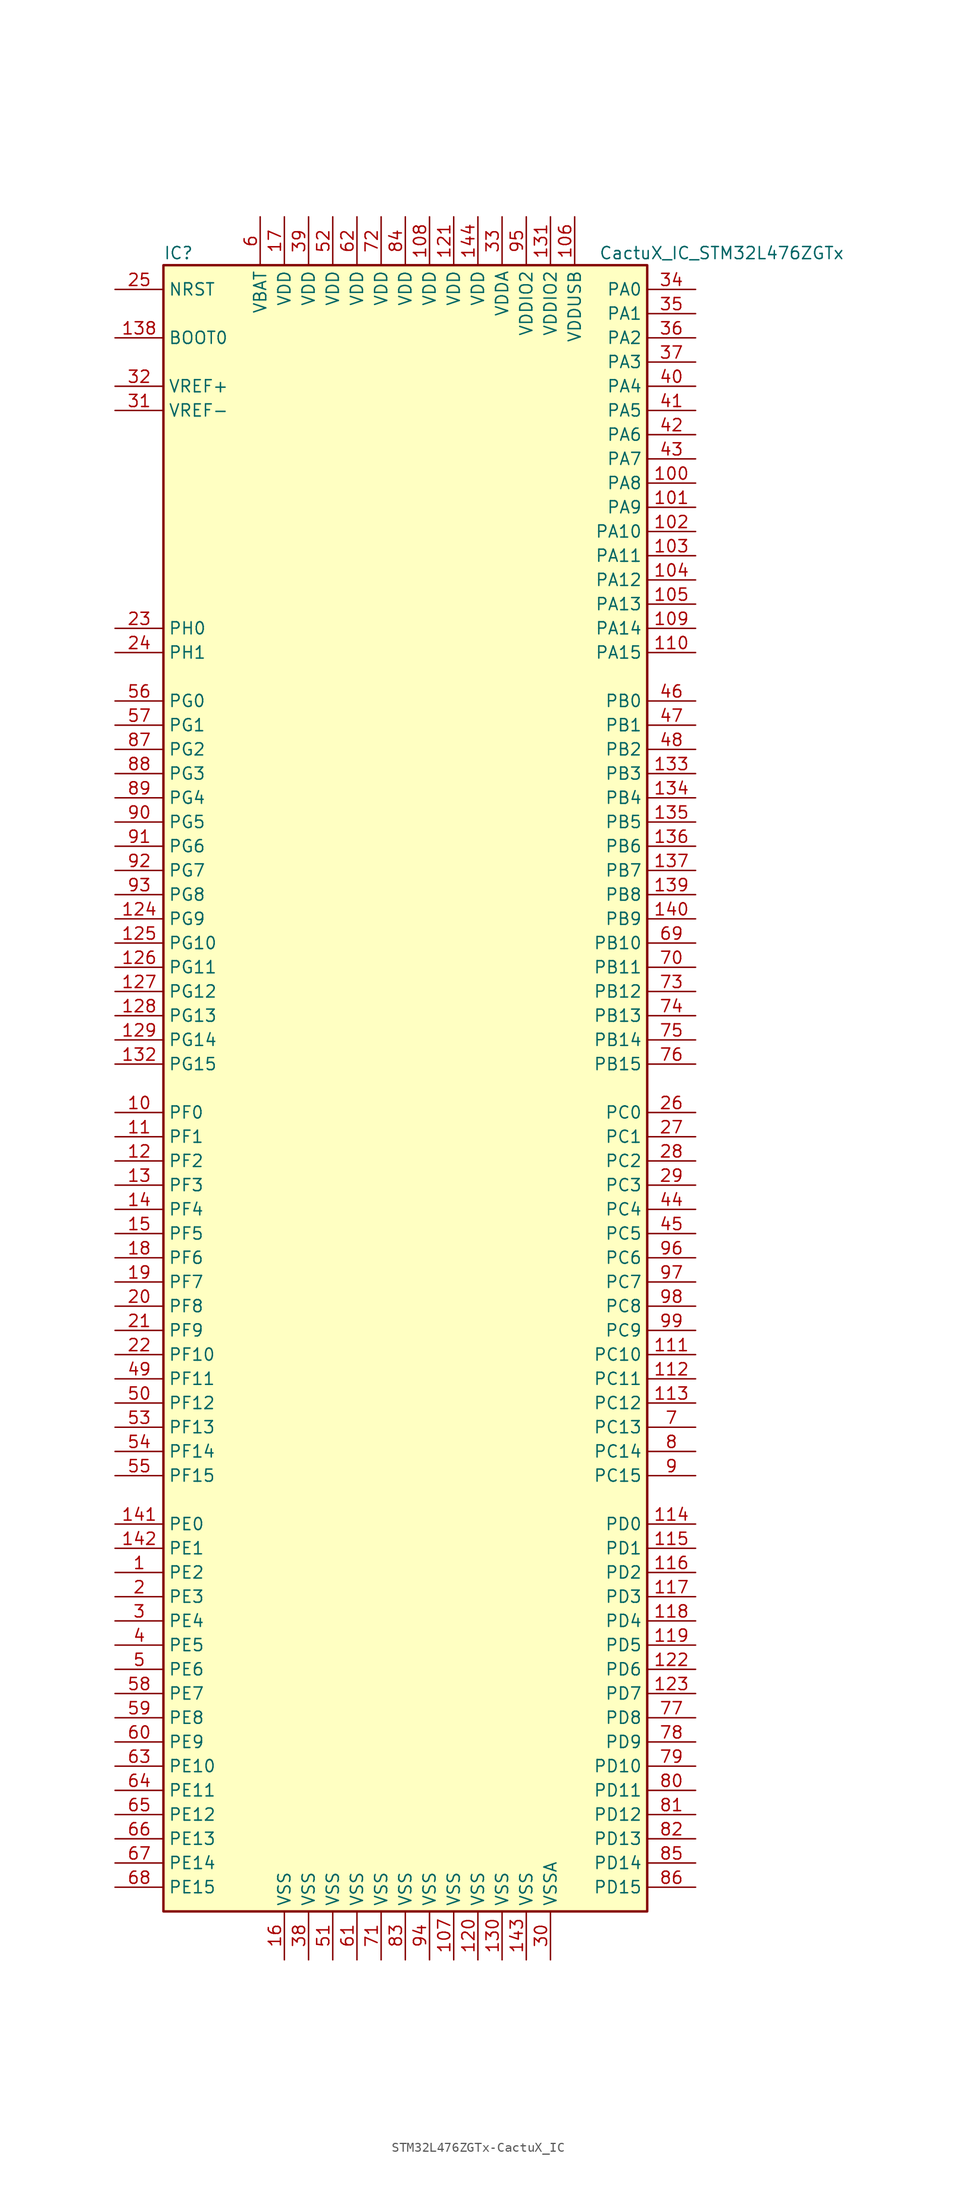
<source format=kicad_sym>
(kicad_symbol_lib
  (version 20220914)
  (generator kicad_symbol_editor)
  (symbol "STM32L476ZGTx-CactuX_IC"
    (property "Reference" "IC"
      (at -25.4 87.63 0)
      (effects (font (size 1.27 1.27)) (justify left)))
    (property "Value" "CactuX_IC_STM32L476ZGTx"
      (at 20.32 87.63 0)
      (effects (font (size 1.27 1.27)) (justify left)))
    (symbol "STM32L476ZGTx-CactuX_IC_0_1"
      (rectangle (start -25.4 -86.36) (end 25.4 86.36) (stroke (width 0.254) (type solid)) (fill (type background))))
    (symbol "STM32L476ZGTx-CactuX_IC_1_1"
      (pin bidirectional line (at -30.48 -50.8 0) (length 5.08) (name "PE2" (effects (font (size 1.27 1.27)))) (number "1" (effects (font (size 1.27 1.27)))))
      (pin bidirectional line (at -30.48 -2.54 0) (length 5.08) (name "PF0" (effects (font (size 1.27 1.27)))) (number "10" (effects (font (size 1.27 1.27)))))
      (pin bidirectional line (at 30.48 63.5 180) (length 5.08) (name "PA8" (effects (font (size 1.27 1.27)))) (number "100" (effects (font (size 1.27 1.27)))))
      (pin bidirectional line (at 30.48 60.96 180) (length 5.08) (name "PA9" (effects (font (size 1.27 1.27)))) (number "101" (effects (font (size 1.27 1.27)))))
      (pin bidirectional line (at 30.48 58.42 180) (length 5.08) (name "PA10" (effects (font (size 1.27 1.27)))) (number "102" (effects (font (size 1.27 1.27)))))
      (pin bidirectional line (at 30.48 55.88 180) (length 5.08) (name "PA11" (effects (font (size 1.27 1.27)))) (number "103" (effects (font (size 1.27 1.27)))))
      (pin bidirectional line (at 30.48 53.34 180) (length 5.08) (name "PA12" (effects (font (size 1.27 1.27)))) (number "104" (effects (font (size 1.27 1.27)))))
      (pin bidirectional line (at 30.48 50.8 180) (length 5.08) (name "PA13" (effects (font (size 1.27 1.27)))) (number "105" (effects (font (size 1.27 1.27)))))
      (pin power_in line (at 17.78 91.44 270) (length 5.08) (name "VDDUSB" (effects (font (size 1.27 1.27)))) (number "106" (effects (font (size 1.27 1.27)))))
      (pin power_in line (at 5.08 -91.44 90) (length 5.08) (name "VSS" (effects (font (size 1.27 1.27)))) (number "107" (effects (font (size 1.27 1.27)))))
      (pin power_in line (at 2.54 91.44 270) (length 5.08) (name "VDD" (effects (font (size 1.27 1.27)))) (number "108" (effects (font (size 1.27 1.27)))))
      (pin bidirectional line (at 30.48 48.26 180) (length 5.08) (name "PA14" (effects (font (size 1.27 1.27)))) (number "109" (effects (font (size 1.27 1.27)))))
      (pin bidirectional line (at -30.48 -5.08 0) (length 5.08) (name "PF1" (effects (font (size 1.27 1.27)))) (number "11" (effects (font (size 1.27 1.27)))))
      (pin bidirectional line (at 30.48 45.72 180) (length 5.08) (name "PA15" (effects (font (size 1.27 1.27)))) (number "110" (effects (font (size 1.27 1.27)))))
      (pin bidirectional line (at 30.48 -27.94 180) (length 5.08) (name "PC10" (effects (font (size 1.27 1.27)))) (number "111" (effects (font (size 1.27 1.27)))))
      (pin bidirectional line (at 30.48 -30.48 180) (length 5.08) (name "PC11" (effects (font (size 1.27 1.27)))) (number "112" (effects (font (size 1.27 1.27)))))
      (pin bidirectional line (at 30.48 -33.02 180) (length 5.08) (name "PC12" (effects (font (size 1.27 1.27)))) (number "113" (effects (font (size 1.27 1.27)))))
      (pin bidirectional line (at 30.48 -45.72 180) (length 5.08) (name "PD0" (effects (font (size 1.27 1.27)))) (number "114" (effects (font (size 1.27 1.27)))))
      (pin bidirectional line (at 30.48 -48.26 180) (length 5.08) (name "PD1" (effects (font (size 1.27 1.27)))) (number "115" (effects (font (size 1.27 1.27)))))
      (pin bidirectional line (at 30.48 -50.8 180) (length 5.08) (name "PD2" (effects (font (size 1.27 1.27)))) (number "116" (effects (font (size 1.27 1.27)))))
      (pin bidirectional line (at 30.48 -53.34 180) (length 5.08) (name "PD3" (effects (font (size 1.27 1.27)))) (number "117" (effects (font (size 1.27 1.27)))))
      (pin bidirectional line (at 30.48 -55.88 180) (length 5.08) (name "PD4" (effects (font (size 1.27 1.27)))) (number "118" (effects (font (size 1.27 1.27)))))
      (pin bidirectional line (at 30.48 -58.42 180) (length 5.08) (name "PD5" (effects (font (size 1.27 1.27)))) (number "119" (effects (font (size 1.27 1.27)))))
      (pin bidirectional line (at -30.48 -7.62 0) (length 5.08) (name "PF2" (effects (font (size 1.27 1.27)))) (number "12" (effects (font (size 1.27 1.27)))))
      (pin power_in line (at 7.62 -91.44 90) (length 5.08) (name "VSS" (effects (font (size 1.27 1.27)))) (number "120" (effects (font (size 1.27 1.27)))))
      (pin power_in line (at 5.08 91.44 270) (length 5.08) (name "VDD" (effects (font (size 1.27 1.27)))) (number "121" (effects (font (size 1.27 1.27)))))
      (pin bidirectional line (at 30.48 -60.96 180) (length 5.08) (name "PD6" (effects (font (size 1.27 1.27)))) (number "122" (effects (font (size 1.27 1.27)))))
      (pin bidirectional line (at 30.48 -63.5 180) (length 5.08) (name "PD7" (effects (font (size 1.27 1.27)))) (number "123" (effects (font (size 1.27 1.27)))))
      (pin bidirectional line (at -30.48 17.78 0) (length 5.08) (name "PG9" (effects (font (size 1.27 1.27)))) (number "124" (effects (font (size 1.27 1.27)))))
      (pin bidirectional line (at -30.48 15.24 0) (length 5.08) (name "PG10" (effects (font (size 1.27 1.27)))) (number "125" (effects (font (size 1.27 1.27)))))
      (pin bidirectional line (at -30.48 12.7 0) (length 5.08) (name "PG11" (effects (font (size 1.27 1.27)))) (number "126" (effects (font (size 1.27 1.27)))))
      (pin bidirectional line (at -30.48 10.16 0) (length 5.08) (name "PG12" (effects (font (size 1.27 1.27)))) (number "127" (effects (font (size 1.27 1.27)))))
      (pin bidirectional line (at -30.48 7.62 0) (length 5.08) (name "PG13" (effects (font (size 1.27 1.27)))) (number "128" (effects (font (size 1.27 1.27)))))
      (pin bidirectional line (at -30.48 5.08 0) (length 5.08) (name "PG14" (effects (font (size 1.27 1.27)))) (number "129" (effects (font (size 1.27 1.27)))))
      (pin bidirectional line (at -30.48 -10.16 0) (length 5.08) (name "PF3" (effects (font (size 1.27 1.27)))) (number "13" (effects (font (size 1.27 1.27)))))
      (pin power_in line (at 10.16 -91.44 90) (length 5.08) (name "VSS" (effects (font (size 1.27 1.27)))) (number "130" (effects (font (size 1.27 1.27)))))
      (pin power_in line (at 15.24 91.44 270) (length 5.08) (name "VDDIO2" (effects (font (size 1.27 1.27)))) (number "131" (effects (font (size 1.27 1.27)))))
      (pin bidirectional line (at -30.48 2.54 0) (length 5.08) (name "PG15" (effects (font (size 1.27 1.27)))) (number "132" (effects (font (size 1.27 1.27)))))
      (pin bidirectional line (at 30.48 33.02 180) (length 5.08) (name "PB3" (effects (font (size 1.27 1.27)))) (number "133" (effects (font (size 1.27 1.27)))))
      (pin bidirectional line (at 30.48 30.48 180) (length 5.08) (name "PB4" (effects (font (size 1.27 1.27)))) (number "134" (effects (font (size 1.27 1.27)))))
      (pin bidirectional line (at 30.48 27.94 180) (length 5.08) (name "PB5" (effects (font (size 1.27 1.27)))) (number "135" (effects (font (size 1.27 1.27)))))
      (pin bidirectional line (at 30.48 25.4 180) (length 5.08) (name "PB6" (effects (font (size 1.27 1.27)))) (number "136" (effects (font (size 1.27 1.27)))))
      (pin bidirectional line (at 30.48 22.86 180) (length 5.08) (name "PB7" (effects (font (size 1.27 1.27)))) (number "137" (effects (font (size 1.27 1.27)))))
      (pin input line (at -30.48 78.74 0) (length 5.08) (name "BOOT0" (effects (font (size 1.27 1.27)))) (number "138" (effects (font (size 1.27 1.27)))))
      (pin bidirectional line (at 30.48 20.32 180) (length 5.08) (name "PB8" (effects (font (size 1.27 1.27)))) (number "139" (effects (font (size 1.27 1.27)))))
      (pin bidirectional line (at -30.48 -12.7 0) (length 5.08) (name "PF4" (effects (font (size 1.27 1.27)))) (number "14" (effects (font (size 1.27 1.27)))))
      (pin bidirectional line (at 30.48 17.78 180) (length 5.08) (name "PB9" (effects (font (size 1.27 1.27)))) (number "140" (effects (font (size 1.27 1.27)))))
      (pin bidirectional line (at -30.48 -45.72 0) (length 5.08) (name "PE0" (effects (font (size 1.27 1.27)))) (number "141" (effects (font (size 1.27 1.27)))))
      (pin bidirectional line (at -30.48 -48.26 0) (length 5.08) (name "PE1" (effects (font (size 1.27 1.27)))) (number "142" (effects (font (size 1.27 1.27)))))
      (pin power_in line (at 12.7 -91.44 90) (length 5.08) (name "VSS" (effects (font (size 1.27 1.27)))) (number "143" (effects (font (size 1.27 1.27)))))
      (pin power_in line (at 7.62 91.44 270) (length 5.08) (name "VDD" (effects (font (size 1.27 1.27)))) (number "144" (effects (font (size 1.27 1.27)))))
      (pin bidirectional line (at -30.48 -15.24 0) (length 5.08) (name "PF5" (effects (font (size 1.27 1.27)))) (number "15" (effects (font (size 1.27 1.27)))))
      (pin power_in line (at -12.7 -91.44 90) (length 5.08) (name "VSS" (effects (font (size 1.27 1.27)))) (number "16" (effects (font (size 1.27 1.27)))))
      (pin power_in line (at -12.7 91.44 270) (length 5.08) (name "VDD" (effects (font (size 1.27 1.27)))) (number "17" (effects (font (size 1.27 1.27)))))
      (pin bidirectional line (at -30.48 -17.78 0) (length 5.08) (name "PF6" (effects (font (size 1.27 1.27)))) (number "18" (effects (font (size 1.27 1.27)))))
      (pin bidirectional line (at -30.48 -20.32 0) (length 5.08) (name "PF7" (effects (font (size 1.27 1.27)))) (number "19" (effects (font (size 1.27 1.27)))))
      (pin bidirectional line (at -30.48 -53.34 0) (length 5.08) (name "PE3" (effects (font (size 1.27 1.27)))) (number "2" (effects (font (size 1.27 1.27)))))
      (pin bidirectional line (at -30.48 -22.86 0) (length 5.08) (name "PF8" (effects (font (size 1.27 1.27)))) (number "20" (effects (font (size 1.27 1.27)))))
      (pin bidirectional line (at -30.48 -25.4 0) (length 5.08) (name "PF9" (effects (font (size 1.27 1.27)))) (number "21" (effects (font (size 1.27 1.27)))))
      (pin bidirectional line (at -30.48 -27.94 0) (length 5.08) (name "PF10" (effects (font (size 1.27 1.27)))) (number "22" (effects (font (size 1.27 1.27)))))
      (pin input line (at -30.48 48.26 0) (length 5.08) (name "PH0" (effects (font (size 1.27 1.27)))) (number "23" (effects (font (size 1.27 1.27)))))
      (pin input line (at -30.48 45.72 0) (length 5.08) (name "PH1" (effects (font (size 1.27 1.27)))) (number "24" (effects (font (size 1.27 1.27)))))
      (pin input line (at -30.48 83.82 0) (length 5.08) (name "NRST" (effects (font (size 1.27 1.27)))) (number "25" (effects (font (size 1.27 1.27)))))
      (pin bidirectional line (at 30.48 -2.54 180) (length 5.08) (name "PC0" (effects (font (size 1.27 1.27)))) (number "26" (effects (font (size 1.27 1.27)))))
      (pin bidirectional line (at 30.48 -5.08 180) (length 5.08) (name "PC1" (effects (font (size 1.27 1.27)))) (number "27" (effects (font (size 1.27 1.27)))))
      (pin bidirectional line (at 30.48 -7.62 180) (length 5.08) (name "PC2" (effects (font (size 1.27 1.27)))) (number "28" (effects (font (size 1.27 1.27)))))
      (pin bidirectional line (at 30.48 -10.16 180) (length 5.08) (name "PC3" (effects (font (size 1.27 1.27)))) (number "29" (effects (font (size 1.27 1.27)))))
      (pin bidirectional line (at -30.48 -55.88 0) (length 5.08) (name "PE4" (effects (font (size 1.27 1.27)))) (number "3" (effects (font (size 1.27 1.27)))))
      (pin power_in line (at 15.24 -91.44 90) (length 5.08) (name "VSSA" (effects (font (size 1.27 1.27)))) (number "30" (effects (font (size 1.27 1.27)))))
      (pin power_in line (at -30.48 71.12 0) (length 5.08) (name "VREF-" (effects (font (size 1.27 1.27)))) (number "31" (effects (font (size 1.27 1.27)))))
      (pin bidirectional line (at -30.48 73.66 0) (length 5.08) (name "VREF+" (effects (font (size 1.27 1.27)))) (number "32" (effects (font (size 1.27 1.27)))))
      (pin power_in line (at 10.16 91.44 270) (length 5.08) (name "VDDA" (effects (font (size 1.27 1.27)))) (number "33" (effects (font (size 1.27 1.27)))))
      (pin bidirectional line (at 30.48 83.82 180) (length 5.08) (name "PA0" (effects (font (size 1.27 1.27)))) (number "34" (effects (font (size 1.27 1.27)))))
      (pin bidirectional line (at 30.48 81.28 180) (length 5.08) (name "PA1" (effects (font (size 1.27 1.27)))) (number "35" (effects (font (size 1.27 1.27)))))
      (pin bidirectional line (at 30.48 78.74 180) (length 5.08) (name "PA2" (effects (font (size 1.27 1.27)))) (number "36" (effects (font (size 1.27 1.27)))))
      (pin bidirectional line (at 30.48 76.2 180) (length 5.08) (name "PA3" (effects (font (size 1.27 1.27)))) (number "37" (effects (font (size 1.27 1.27)))))
      (pin power_in line (at -10.16 -91.44 90) (length 5.08) (name "VSS" (effects (font (size 1.27 1.27)))) (number "38" (effects (font (size 1.27 1.27)))))
      (pin power_in line (at -10.16 91.44 270) (length 5.08) (name "VDD" (effects (font (size 1.27 1.27)))) (number "39" (effects (font (size 1.27 1.27)))))
      (pin bidirectional line (at -30.48 -58.42 0) (length 5.08) (name "PE5" (effects (font (size 1.27 1.27)))) (number "4" (effects (font (size 1.27 1.27)))))
      (pin bidirectional line (at 30.48 73.66 180) (length 5.08) (name "PA4" (effects (font (size 1.27 1.27)))) (number "40" (effects (font (size 1.27 1.27)))))
      (pin bidirectional line (at 30.48 71.12 180) (length 5.08) (name "PA5" (effects (font (size 1.27 1.27)))) (number "41" (effects (font (size 1.27 1.27)))))
      (pin bidirectional line (at 30.48 68.58 180) (length 5.08) (name "PA6" (effects (font (size 1.27 1.27)))) (number "42" (effects (font (size 1.27 1.27)))))
      (pin bidirectional line (at 30.48 66.04 180) (length 5.08) (name "PA7" (effects (font (size 1.27 1.27)))) (number "43" (effects (font (size 1.27 1.27)))))
      (pin bidirectional line (at 30.48 -12.7 180) (length 5.08) (name "PC4" (effects (font (size 1.27 1.27)))) (number "44" (effects (font (size 1.27 1.27)))))
      (pin bidirectional line (at 30.48 -15.24 180) (length 5.08) (name "PC5" (effects (font (size 1.27 1.27)))) (number "45" (effects (font (size 1.27 1.27)))))
      (pin bidirectional line (at 30.48 40.64 180) (length 5.08) (name "PB0" (effects (font (size 1.27 1.27)))) (number "46" (effects (font (size 1.27 1.27)))))
      (pin bidirectional line (at 30.48 38.1 180) (length 5.08) (name "PB1" (effects (font (size 1.27 1.27)))) (number "47" (effects (font (size 1.27 1.27)))))
      (pin bidirectional line (at 30.48 35.56 180) (length 5.08) (name "PB2" (effects (font (size 1.27 1.27)))) (number "48" (effects (font (size 1.27 1.27)))))
      (pin bidirectional line (at -30.48 -30.48 0) (length 5.08) (name "PF11" (effects (font (size 1.27 1.27)))) (number "49" (effects (font (size 1.27 1.27)))))
      (pin bidirectional line (at -30.48 -60.96 0) (length 5.08) (name "PE6" (effects (font (size 1.27 1.27)))) (number "5" (effects (font (size 1.27 1.27)))))
      (pin bidirectional line (at -30.48 -33.02 0) (length 5.08) (name "PF12" (effects (font (size 1.27 1.27)))) (number "50" (effects (font (size 1.27 1.27)))))
      (pin power_in line (at -7.62 -91.44 90) (length 5.08) (name "VSS" (effects (font (size 1.27 1.27)))) (number "51" (effects (font (size 1.27 1.27)))))
      (pin power_in line (at -7.62 91.44 270) (length 5.08) (name "VDD" (effects (font (size 1.27 1.27)))) (number "52" (effects (font (size 1.27 1.27)))))
      (pin bidirectional line (at -30.48 -35.56 0) (length 5.08) (name "PF13" (effects (font (size 1.27 1.27)))) (number "53" (effects (font (size 1.27 1.27)))))
      (pin bidirectional line (at -30.48 -38.1 0) (length 5.08) (name "PF14" (effects (font (size 1.27 1.27)))) (number "54" (effects (font (size 1.27 1.27)))))
      (pin bidirectional line (at -30.48 -40.64 0) (length 5.08) (name "PF15" (effects (font (size 1.27 1.27)))) (number "55" (effects (font (size 1.27 1.27)))))
      (pin bidirectional line (at -30.48 40.64 0) (length 5.08) (name "PG0" (effects (font (size 1.27 1.27)))) (number "56" (effects (font (size 1.27 1.27)))))
      (pin bidirectional line (at -30.48 38.1 0) (length 5.08) (name "PG1" (effects (font (size 1.27 1.27)))) (number "57" (effects (font (size 1.27 1.27)))))
      (pin bidirectional line (at -30.48 -63.5 0) (length 5.08) (name "PE7" (effects (font (size 1.27 1.27)))) (number "58" (effects (font (size 1.27 1.27)))))
      (pin bidirectional line (at -30.48 -66.04 0) (length 5.08) (name "PE8" (effects (font (size 1.27 1.27)))) (number "59" (effects (font (size 1.27 1.27)))))
      (pin power_in line (at -15.24 91.44 270) (length 5.08) (name "VBAT" (effects (font (size 1.27 1.27)))) (number "6" (effects (font (size 1.27 1.27)))))
      (pin bidirectional line (at -30.48 -68.58 0) (length 5.08) (name "PE9" (effects (font (size 1.27 1.27)))) (number "60" (effects (font (size 1.27 1.27)))))
      (pin power_in line (at -5.08 -91.44 90) (length 5.08) (name "VSS" (effects (font (size 1.27 1.27)))) (number "61" (effects (font (size 1.27 1.27)))))
      (pin power_in line (at -5.08 91.44 270) (length 5.08) (name "VDD" (effects (font (size 1.27 1.27)))) (number "62" (effects (font (size 1.27 1.27)))))
      (pin bidirectional line (at -30.48 -71.12 0) (length 5.08) (name "PE10" (effects (font (size 1.27 1.27)))) (number "63" (effects (font (size 1.27 1.27)))))
      (pin bidirectional line (at -30.48 -73.66 0) (length 5.08) (name "PE11" (effects (font (size 1.27 1.27)))) (number "64" (effects (font (size 1.27 1.27)))))
      (pin bidirectional line (at -30.48 -76.2 0) (length 5.08) (name "PE12" (effects (font (size 1.27 1.27)))) (number "65" (effects (font (size 1.27 1.27)))))
      (pin bidirectional line (at -30.48 -78.74 0) (length 5.08) (name "PE13" (effects (font (size 1.27 1.27)))) (number "66" (effects (font (size 1.27 1.27)))))
      (pin bidirectional line (at -30.48 -81.28 0) (length 5.08) (name "PE14" (effects (font (size 1.27 1.27)))) (number "67" (effects (font (size 1.27 1.27)))))
      (pin bidirectional line (at -30.48 -83.82 0) (length 5.08) (name "PE15" (effects (font (size 1.27 1.27)))) (number "68" (effects (font (size 1.27 1.27)))))
      (pin bidirectional line (at 30.48 15.24 180) (length 5.08) (name "PB10" (effects (font (size 1.27 1.27)))) (number "69" (effects (font (size 1.27 1.27)))))
      (pin bidirectional line (at 30.48 -35.56 180) (length 5.08) (name "PC13" (effects (font (size 1.27 1.27)))) (number "7" (effects (font (size 1.27 1.27)))))
      (pin bidirectional line (at 30.48 12.7 180) (length 5.08) (name "PB11" (effects (font (size 1.27 1.27)))) (number "70" (effects (font (size 1.27 1.27)))))
      (pin power_in line (at -2.54 -91.44 90) (length 5.08) (name "VSS" (effects (font (size 1.27 1.27)))) (number "71" (effects (font (size 1.27 1.27)))))
      (pin power_in line (at -2.54 91.44 270) (length 5.08) (name "VDD" (effects (font (size 1.27 1.27)))) (number "72" (effects (font (size 1.27 1.27)))))
      (pin bidirectional line (at 30.48 10.16 180) (length 5.08) (name "PB12" (effects (font (size 1.27 1.27)))) (number "73" (effects (font (size 1.27 1.27)))))
      (pin bidirectional line (at 30.48 7.62 180) (length 5.08) (name "PB13" (effects (font (size 1.27 1.27)))) (number "74" (effects (font (size 1.27 1.27)))))
      (pin bidirectional line (at 30.48 5.08 180) (length 5.08) (name "PB14" (effects (font (size 1.27 1.27)))) (number "75" (effects (font (size 1.27 1.27)))))
      (pin bidirectional line (at 30.48 2.54 180) (length 5.08) (name "PB15" (effects (font (size 1.27 1.27)))) (number "76" (effects (font (size 1.27 1.27)))))
      (pin bidirectional line (at 30.48 -66.04 180) (length 5.08) (name "PD8" (effects (font (size 1.27 1.27)))) (number "77" (effects (font (size 1.27 1.27)))))
      (pin bidirectional line (at 30.48 -68.58 180) (length 5.08) (name "PD9" (effects (font (size 1.27 1.27)))) (number "78" (effects (font (size 1.27 1.27)))))
      (pin bidirectional line (at 30.48 -71.12 180) (length 5.08) (name "PD10" (effects (font (size 1.27 1.27)))) (number "79" (effects (font (size 1.27 1.27)))))
      (pin bidirectional line (at 30.48 -38.1 180) (length 5.08) (name "PC14" (effects (font (size 1.27 1.27)))) (number "8" (effects (font (size 1.27 1.27)))))
      (pin bidirectional line (at 30.48 -73.66 180) (length 5.08) (name "PD11" (effects (font (size 1.27 1.27)))) (number "80" (effects (font (size 1.27 1.27)))))
      (pin bidirectional line (at 30.48 -76.2 180) (length 5.08) (name "PD12" (effects (font (size 1.27 1.27)))) (number "81" (effects (font (size 1.27 1.27)))))
      (pin bidirectional line (at 30.48 -78.74 180) (length 5.08) (name "PD13" (effects (font (size 1.27 1.27)))) (number "82" (effects (font (size 1.27 1.27)))))
      (pin power_in line (at 0 -91.44 90) (length 5.08) (name "VSS" (effects (font (size 1.27 1.27)))) (number "83" (effects (font (size 1.27 1.27)))))
      (pin power_in line (at 0 91.44 270) (length 5.08) (name "VDD" (effects (font (size 1.27 1.27)))) (number "84" (effects (font (size 1.27 1.27)))))
      (pin bidirectional line (at 30.48 -81.28 180) (length 5.08) (name "PD14" (effects (font (size 1.27 1.27)))) (number "85" (effects (font (size 1.27 1.27)))))
      (pin bidirectional line (at 30.48 -83.82 180) (length 5.08) (name "PD15" (effects (font (size 1.27 1.27)))) (number "86" (effects (font (size 1.27 1.27)))))
      (pin bidirectional line (at -30.48 35.56 0) (length 5.08) (name "PG2" (effects (font (size 1.27 1.27)))) (number "87" (effects (font (size 1.27 1.27)))))
      (pin bidirectional line (at -30.48 33.02 0) (length 5.08) (name "PG3" (effects (font (size 1.27 1.27)))) (number "88" (effects (font (size 1.27 1.27)))))
      (pin bidirectional line (at -30.48 30.48 0) (length 5.08) (name "PG4" (effects (font (size 1.27 1.27)))) (number "89" (effects (font (size 1.27 1.27)))))
      (pin bidirectional line (at 30.48 -40.64 180) (length 5.08) (name "PC15" (effects (font (size 1.27 1.27)))) (number "9" (effects (font (size 1.27 1.27)))))
      (pin bidirectional line (at -30.48 27.94 0) (length 5.08) (name "PG5" (effects (font (size 1.27 1.27)))) (number "90" (effects (font (size 1.27 1.27)))))
      (pin bidirectional line (at -30.48 25.4 0) (length 5.08) (name "PG6" (effects (font (size 1.27 1.27)))) (number "91" (effects (font (size 1.27 1.27)))))
      (pin bidirectional line (at -30.48 22.86 0) (length 5.08) (name "PG7" (effects (font (size 1.27 1.27)))) (number "92" (effects (font (size 1.27 1.27)))))
      (pin bidirectional line (at -30.48 20.32 0) (length 5.08) (name "PG8" (effects (font (size 1.27 1.27)))) (number "93" (effects (font (size 1.27 1.27)))))
      (pin power_in line (at 2.54 -91.44 90) (length 5.08) (name "VSS" (effects (font (size 1.27 1.27)))) (number "94" (effects (font (size 1.27 1.27)))))
      (pin power_in line (at 12.7 91.44 270) (length 5.08) (name "VDDIO2" (effects (font (size 1.27 1.27)))) (number "95" (effects (font (size 1.27 1.27)))))
      (pin bidirectional line (at 30.48 -17.78 180) (length 5.08) (name "PC6" (effects (font (size 1.27 1.27)))) (number "96" (effects (font (size 1.27 1.27)))))
      (pin bidirectional line (at 30.48 -20.32 180) (length 5.08) (name "PC7" (effects (font (size 1.27 1.27)))) (number "97" (effects (font (size 1.27 1.27)))))
      (pin bidirectional line (at 30.48 -22.86 180) (length 5.08) (name "PC8" (effects (font (size 1.27 1.27)))) (number "98" (effects (font (size 1.27 1.27)))))
      (pin bidirectional line (at 30.48 -25.4 180) (length 5.08) (name "PC9" (effects (font (size 1.27 1.27)))) (number "99" (effects (font (size 1.27 1.27))))))))
</source>
